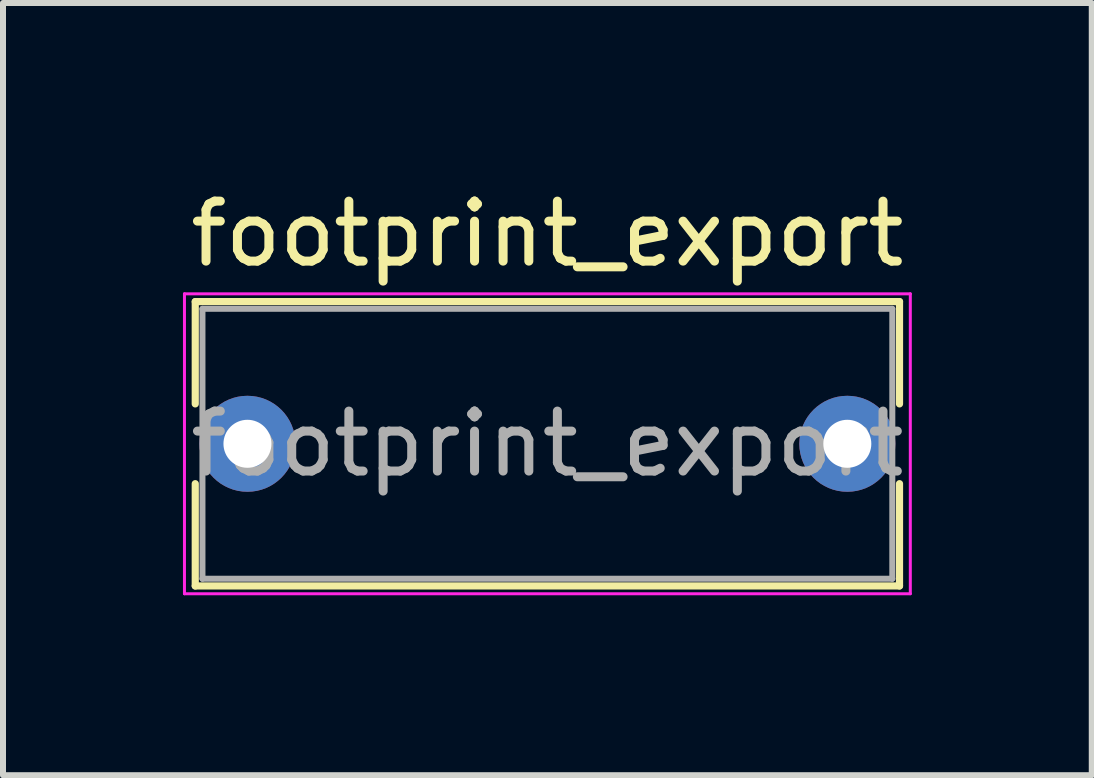
<source format=kicad_pcb>
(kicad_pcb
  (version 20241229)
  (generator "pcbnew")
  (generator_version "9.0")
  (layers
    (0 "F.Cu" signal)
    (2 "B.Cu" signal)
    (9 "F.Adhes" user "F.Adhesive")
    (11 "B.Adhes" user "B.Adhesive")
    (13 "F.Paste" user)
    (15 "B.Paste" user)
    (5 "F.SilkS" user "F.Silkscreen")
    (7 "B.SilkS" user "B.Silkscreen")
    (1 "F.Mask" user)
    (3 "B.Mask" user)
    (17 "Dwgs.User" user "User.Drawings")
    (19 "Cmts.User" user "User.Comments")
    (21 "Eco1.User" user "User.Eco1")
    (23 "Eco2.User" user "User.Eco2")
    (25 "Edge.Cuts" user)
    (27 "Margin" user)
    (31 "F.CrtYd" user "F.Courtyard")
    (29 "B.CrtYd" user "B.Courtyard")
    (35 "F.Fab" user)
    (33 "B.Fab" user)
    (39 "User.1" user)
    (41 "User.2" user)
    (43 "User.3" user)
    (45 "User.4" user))
  (footprint "footprint_export"
    (layer "F.Cu")
    (at 1.075 4.348)
    (property "Reference" "footprint_export" (at 5 -3.5 0) (layer "F.SilkS") (effects (font (size 1 1) (thickness 0.15))))
    (attr through_hole)
    (fp_line (start -0.87 -2.37) (end -0.87 -0.665) (stroke (width 0.12) (type solid)) (layer "F.SilkS"))
    (fp_line (start -0.87 -2.37) (end 10.87 -2.37) (stroke (width 0.12) (type solid)) (layer "F.SilkS"))
    (fp_line (start -0.87 0.665) (end -0.87 2.37) (stroke (width 0.12) (type solid)) (layer "F.SilkS"))
    (fp_line (start -0.87 2.37) (end 10.87 2.37) (stroke (width 0.12) (type solid)) (layer "F.SilkS"))
    (fp_line (start 10.87 -2.37) (end 10.87 -0.665) (stroke (width 0.12) (type solid)) (layer "F.SilkS"))
    (fp_line (start 10.87 0.665) (end 10.87 2.37) (stroke (width 0.12) (type solid)) (layer "F.SilkS"))
    (fp_line (start -1.05 -2.5) (end -1.05 2.5) (stroke (width 0.05) (type solid)) (layer "F.CrtYd"))
    (fp_line (start -1.05 2.5) (end 11.05 2.5) (stroke (width 0.05) (type solid)) (layer "F.CrtYd"))
    (fp_line (start 11.05 -2.5) (end -1.05 -2.5) (stroke (width 0.05) (type solid)) (layer "F.CrtYd"))
    (fp_line (start 11.05 2.5) (end 11.05 -2.5) (stroke (width 0.05) (type solid)) (layer "F.CrtYd"))
    (fp_line (start -0.75 -2.25) (end -0.75 2.25) (stroke (width 0.1) (type solid)) (layer "F.Fab"))
    (fp_line (start -0.75 2.25) (end 10.75 2.25) (stroke (width 0.1) (type solid)) (layer "F.Fab"))
    (fp_line (start 10.75 -2.25) (end -0.75 -2.25) (stroke (width 0.1) (type solid)) (layer "F.Fab"))
    (fp_line (start 10.75 2.25) (end 10.75 -2.25) (stroke (width 0.1) (type solid)) (layer "F.Fab"))
    (fp_text user "${REFERENCE}" (at 5 0 0) (layer "F.Fab") (effects (font (size 1 1) (thickness 0.15))))
    (pad "1" thru_hole circle (at 0 0) (size 1.6 1.6) (drill 0.8) (layers "*.Cu" "*.Mask"))
    (pad "2" thru_hole circle (at 10 0) (size 1.6 1.6) (drill 0.8) (layers "*.Cu" "*.Mask")))
  (gr_rect
    (start -3 -3)
    (end 15.15 9.873)
    (stroke (width 0.1) (type default))
    (fill no)
    (layer "Edge.Cuts")))
</source>
